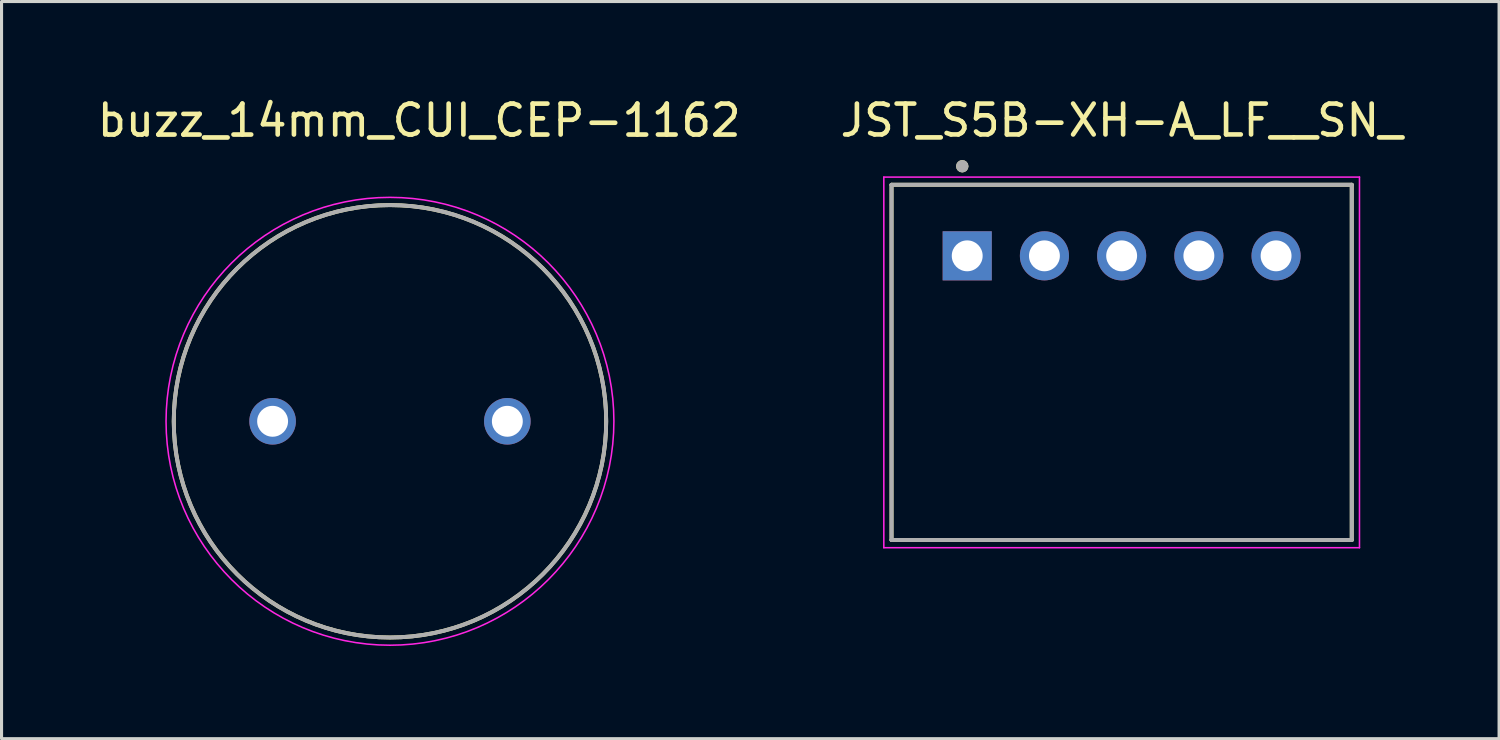
<source format=kicad_pcb>
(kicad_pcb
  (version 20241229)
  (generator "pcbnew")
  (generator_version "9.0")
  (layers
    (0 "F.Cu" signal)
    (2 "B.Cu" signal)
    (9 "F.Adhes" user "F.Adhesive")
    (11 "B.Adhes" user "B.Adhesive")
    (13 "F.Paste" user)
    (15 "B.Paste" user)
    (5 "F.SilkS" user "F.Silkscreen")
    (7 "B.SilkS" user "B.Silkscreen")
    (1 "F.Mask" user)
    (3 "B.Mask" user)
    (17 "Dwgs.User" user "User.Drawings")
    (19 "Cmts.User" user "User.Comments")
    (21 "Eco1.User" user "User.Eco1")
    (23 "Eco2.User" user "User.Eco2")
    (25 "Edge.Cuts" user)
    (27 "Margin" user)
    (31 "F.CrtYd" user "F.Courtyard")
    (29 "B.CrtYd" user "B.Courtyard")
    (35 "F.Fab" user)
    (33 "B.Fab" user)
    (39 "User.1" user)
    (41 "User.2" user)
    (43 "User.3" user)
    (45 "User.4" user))
  (footprint "buzz_14mm_CUI_CEP-1162"
    (layer "F.Cu")
    (at 9.576 10.59)
    (property "Reference" "buzz_14mm_CUI_CEP-1162" (at 0.946 -9.74 0) (layer "F.SilkS") (effects (font (size 1.002 1.002) (thickness 0.15))))
    (attr through_hole)
    (fp_circle (center 0 0) (end 7 0) (stroke (width 0.127) (type solid)) (fill no) (layer "F.SilkS"))
    (fp_circle (center 0 0) (end 7.25 0) (stroke (width 0.05) (type solid)) (fill no) (layer "F.CrtYd"))
    (fp_circle (center 0 0) (end 7 0) (stroke (width 0.127) (type solid)) (fill no) (layer "F.Fab"))
    (pad "1" thru_hole circle (at -3.8 0) (size 1.508 1.508) (drill 1) (layers "*.Cu" "*.Mask"))
    (pad "2" thru_hole circle (at 3.8 0) (size 1.508 1.508) (drill 1) (layers "*.Cu" "*.Mask")))
  (footprint "JST_S5B-XH-A_LF__SN_"
    (layer "F.Cu")
    (at 33.265 5.233)
    (property "Reference" "JST_S5B-XH-A_LF__SN_" (at 0 -4.385 0) (layer "F.SilkS") (effects (font (size 1 1) (thickness 0.15))))
    (attr through_hole)
    (fp_line (start -7.45 -2.3) (end 7.45 -2.3) (stroke (width 0.127) (type solid)) (layer "F.SilkS"))
    (fp_line (start -7.45 9.2) (end -7.45 -2.3) (stroke (width 0.127) (type solid)) (layer "F.SilkS"))
    (fp_line (start 7.45 -2.3) (end 7.45 9.2) (stroke (width 0.127) (type solid)) (layer "F.SilkS"))
    (fp_line (start 7.45 9.2) (end -7.45 9.2) (stroke (width 0.127) (type solid)) (layer "F.SilkS"))
    (fp_circle (center -5.16 -2.9) (end -5.06 -2.9) (stroke (width 0.2) (type solid)) (fill no) (layer "F.SilkS"))
    (fp_line (start -7.7 -2.55) (end 7.7 -2.55) (stroke (width 0.05) (type solid)) (layer "F.CrtYd"))
    (fp_line (start -7.7 9.45) (end -7.7 -2.55) (stroke (width 0.05) (type solid)) (layer "F.CrtYd"))
    (fp_line (start 7.7 -2.55) (end 7.7 9.45) (stroke (width 0.05) (type solid)) (layer "F.CrtYd"))
    (fp_line (start 7.7 9.45) (end -7.7 9.45) (stroke (width 0.05) (type solid)) (layer "F.CrtYd"))
    (fp_line (start -7.45 -2.3) (end 7.45 -2.3) (stroke (width 0.127) (type solid)) (layer "F.Fab"))
    (fp_line (start -7.45 9.2) (end -7.45 -2.3) (stroke (width 0.127) (type solid)) (layer "F.Fab"))
    (fp_line (start 7.45 -2.3) (end 7.45 9.2) (stroke (width 0.127) (type solid)) (layer "F.Fab"))
    (fp_line (start 7.45 9.2) (end -7.45 9.2) (stroke (width 0.127) (type solid)) (layer "F.Fab"))
    (fp_circle (center -5.16 -2.9) (end -5.06 -2.9) (stroke (width 0.2) (type solid)) (fill no) (layer "F.Fab"))
    (pad "1" thru_hole rect (at -5 0) (size 1.59 1.59) (drill 1) (layers "*.Cu" "*.Mask"))
    (pad "2" thru_hole circle (at -2.5 0) (size 1.59 1.59) (drill 1) (layers "*.Cu" "*.Mask"))
    (pad "3" thru_hole circle (at 0 0) (size 1.59 1.59) (drill 1) (layers "*.Cu" "*.Mask"))
    (pad "4" thru_hole circle (at 2.5 0) (size 1.59 1.59) (drill 1) (layers "*.Cu" "*.Mask"))
    (pad "5" thru_hole circle (at 5 0) (size 1.59 1.59) (drill 1) (layers "*.Cu" "*.Mask")))
  (gr_rect
    (start -3 -3)
    (end 45.485 20.865)
    (stroke (width 0.1) (type default))
    (fill no)
    (layer "Edge.Cuts")))
</source>
